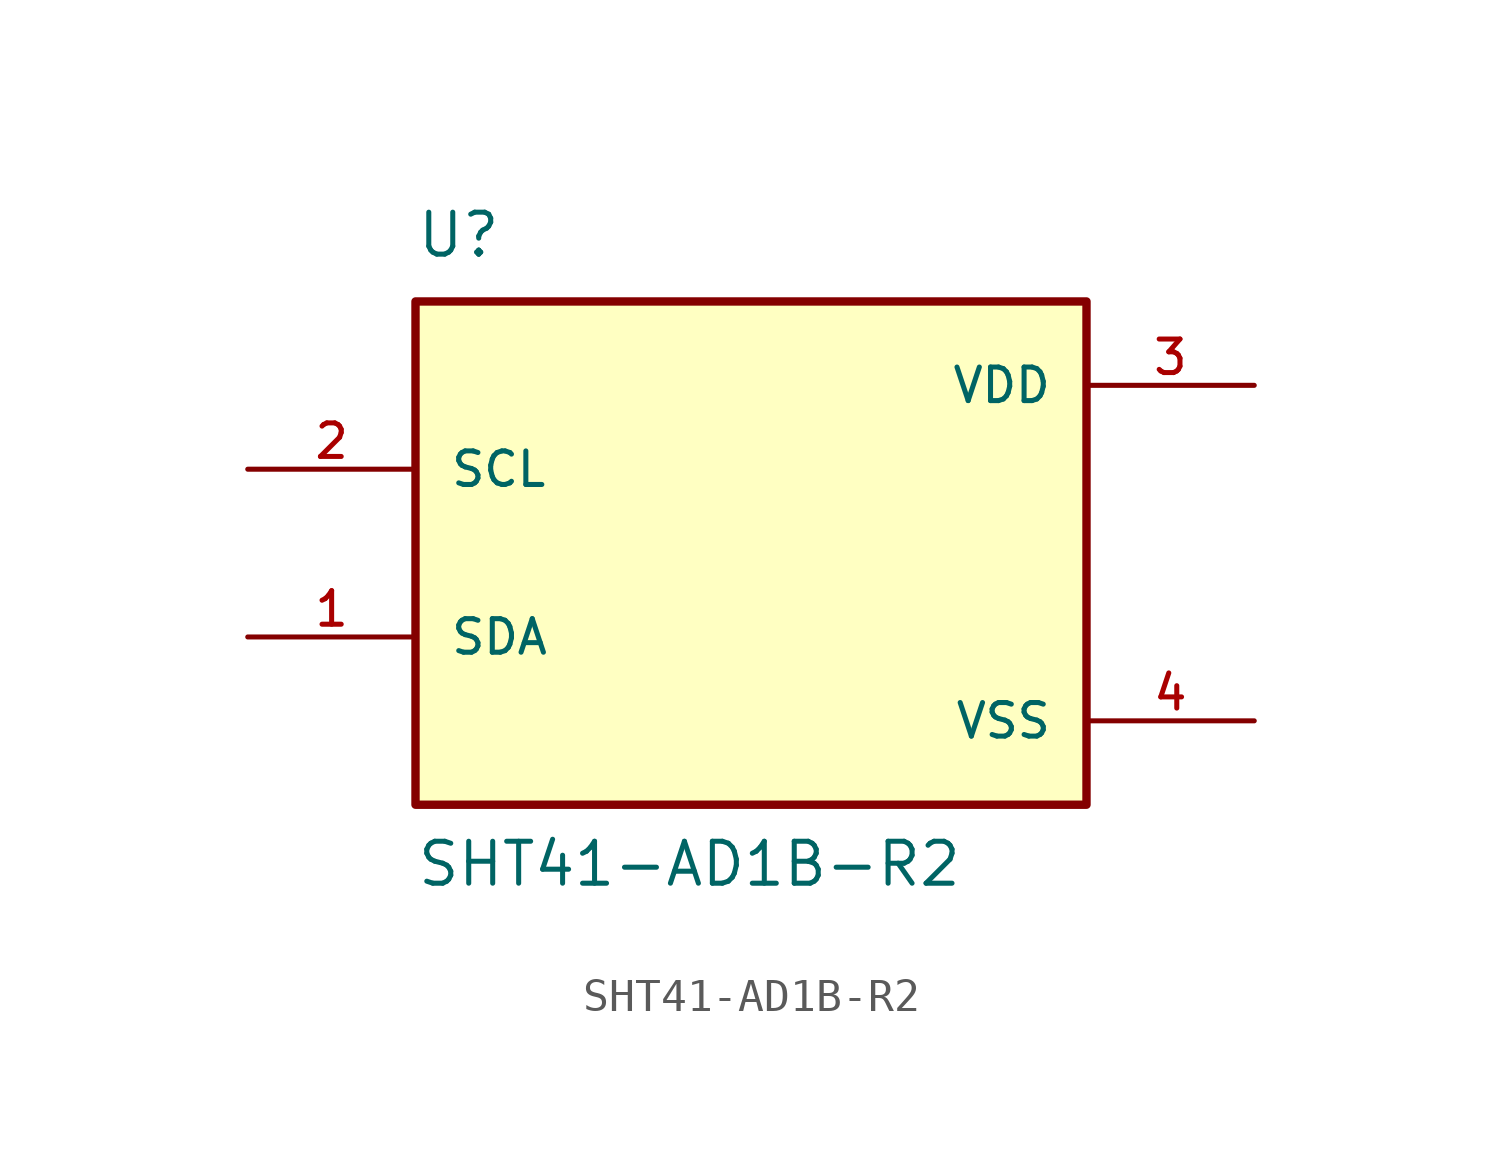
<source format=kicad_sym>
(kicad_symbol_lib
  (version 20211014)
  (generator kicad_symbol_editor)
  (symbol "SHT41-AD1B-R2"
    (pin_names
      (offset 1.016))
    (property "Reference" "U"
      (at -10.16 8.89 0)
      (effects (font (size 1.27 1.27)) (justify bottom left)))
    (property "Value" "SHT41-AD1B-R2"
      (at -10.16 -10.16 0)
      (effects (font (size 1.27 1.27)) (justify bottom left)))
    (symbol "SHT41-AD1B-R2_0_0"
      (rectangle (start -10.16 -7.62) (end 10.16 7.62) (stroke (width 0.254)) (fill (type background)))
      (pin input line (at -15.24 2.54 0) (length 5.08) (name "SCL" (effects (font (size 1.016 1.016)))) (number "2" (effects (font (size 1.016 1.016)))))
      (pin bidirectional line (at -15.24 -2.54 0) (length 5.08) (name "SDA" (effects (font (size 1.016 1.016)))) (number "1" (effects (font (size 1.016 1.016)))))
      (pin power_in line (at 15.24 5.08 180.0) (length 5.08) (name "VDD" (effects (font (size 1.016 1.016)))) (number "3" (effects (font (size 1.016 1.016)))))
      (pin power_in line (at 15.24 -5.08 180.0) (length 5.08) (name "VSS" (effects (font (size 1.016 1.016)))) (number "4" (effects (font (size 1.016 1.016))))))))
</source>
